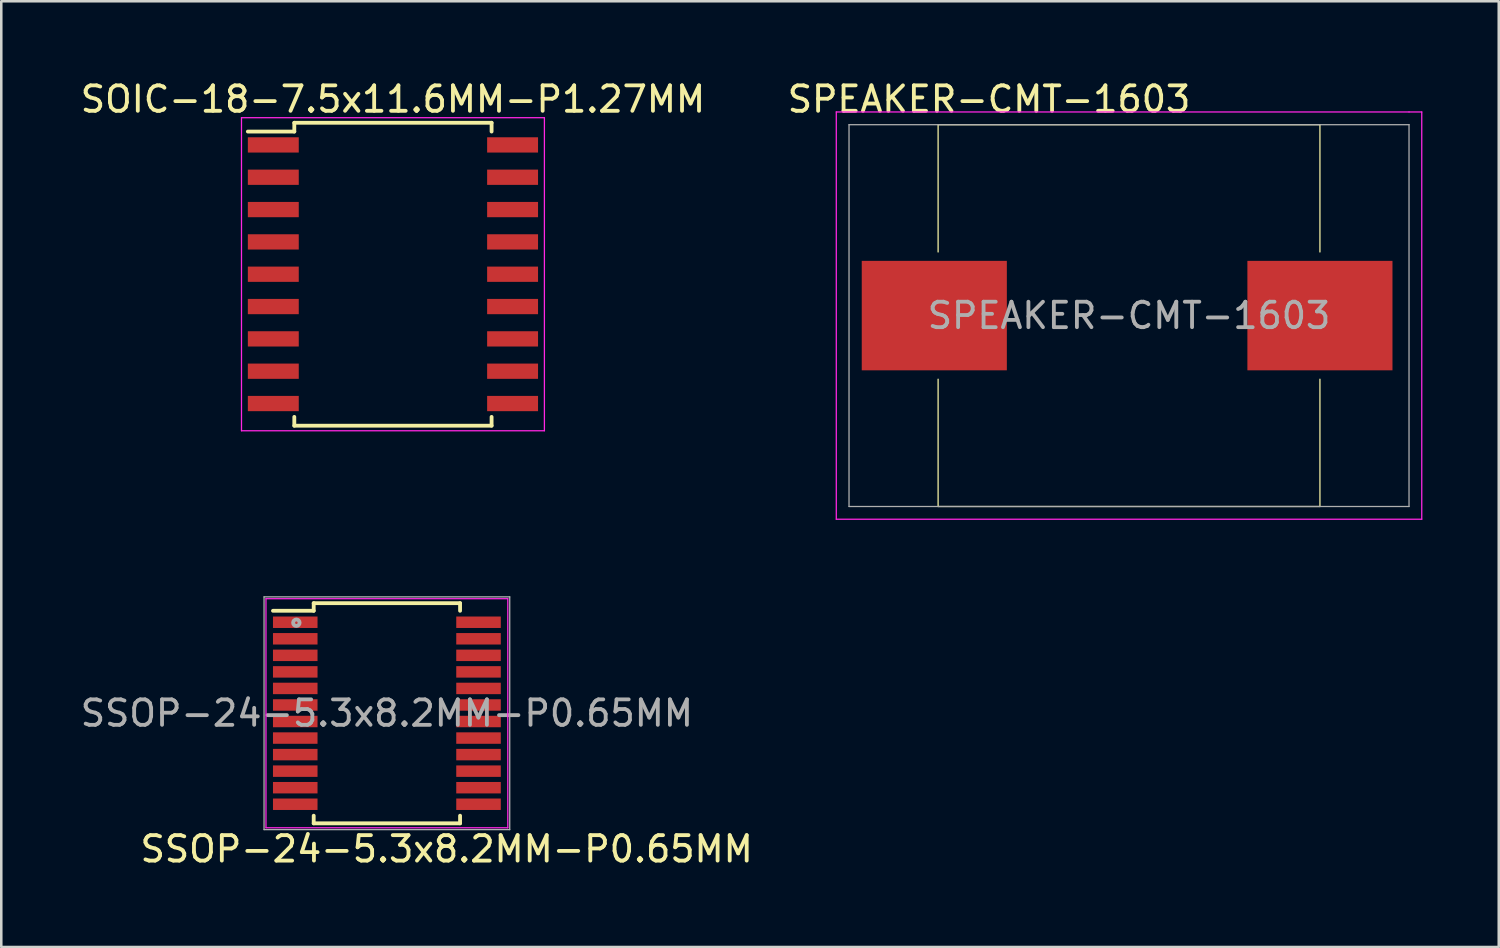
<source format=kicad_pcb>
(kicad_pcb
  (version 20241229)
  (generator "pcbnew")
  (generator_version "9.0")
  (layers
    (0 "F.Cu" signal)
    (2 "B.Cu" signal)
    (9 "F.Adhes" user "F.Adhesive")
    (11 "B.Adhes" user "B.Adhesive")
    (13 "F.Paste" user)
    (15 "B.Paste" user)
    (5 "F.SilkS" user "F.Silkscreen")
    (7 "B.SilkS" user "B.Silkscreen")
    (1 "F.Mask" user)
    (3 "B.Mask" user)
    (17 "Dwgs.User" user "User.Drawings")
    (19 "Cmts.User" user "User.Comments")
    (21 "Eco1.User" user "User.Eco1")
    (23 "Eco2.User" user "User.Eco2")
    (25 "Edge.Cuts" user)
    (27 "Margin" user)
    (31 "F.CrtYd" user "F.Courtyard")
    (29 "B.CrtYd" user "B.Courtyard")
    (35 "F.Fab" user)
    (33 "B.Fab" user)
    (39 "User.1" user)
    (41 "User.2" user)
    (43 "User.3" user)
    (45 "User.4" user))
  (footprint "SPEAKER-CMT-1603"
    (layer "F.Cu")
    (at 41.304 9.348)
    (property "Reference" "SPEAKER-CMT-1603" (at 0 0 0) (layer "F.Fab") (effects (font (size 1 1) (thickness 0.15))))
    (attr through_hole)
    (fp_line (start -7.5 -7.5) (end -7.5 -2.5) (stroke (width 0.05) (type solid)) (layer "F.SilkS"))
    (fp_line (start -7.5 2.5) (end -7.5 7.5) (stroke (width 0.05) (type solid)) (layer "F.SilkS"))
    (fp_line (start -7.5 7.5) (end 7.5 7.5) (stroke (width 0.05) (type solid)) (layer "F.SilkS"))
    (fp_line (start 7.5 -7.5) (end -7.5 -7.5) (stroke (width 0.05) (type solid)) (layer "F.SilkS"))
    (fp_line (start 7.5 -2.5) (end 7.5 -7.5) (stroke (width 0.05) (type solid)) (layer "F.SilkS"))
    (fp_line (start 7.5 7.5) (end 7.5 2.5) (stroke (width 0.05) (type solid)) (layer "F.SilkS"))
    (fp_line (start -11.5 -8) (end -11.5 8) (stroke (width 0.05) (type solid)) (layer "F.CrtYd"))
    (fp_line (start -11.5 8) (end 11.5 8) (stroke (width 0.05) (type solid)) (layer "F.CrtYd"))
    (fp_line (start 11 -8) (end -11.5 -8) (stroke (width 0.05) (type solid)) (layer "F.CrtYd"))
    (fp_line (start 11.5 -8) (end 11 -8) (stroke (width 0.05) (type solid)) (layer "F.CrtYd"))
    (fp_line (start 11.5 8) (end 11.5 -8) (stroke (width 0.05) (type solid)) (layer "F.CrtYd"))
    (fp_line (start -11 -7.5) (end -11 7.5) (stroke (width 0.05) (type solid)) (layer "F.Fab"))
    (fp_line (start -11 7.5) (end 11 7.5) (stroke (width 0.05) (type solid)) (layer "F.Fab"))
    (fp_line (start 11 -7.5) (end -11 -7.5) (stroke (width 0.05) (type solid)) (layer "F.Fab"))
    (fp_line (start 11 7.5) (end 11 -7.5) (stroke (width 0.05) (type solid)) (layer "F.Fab"))
    (fp_text user "${REFERENCE}" (at -5.5 -8.5 0) (layer "F.SilkS") (effects (font (size 1 1) (thickness 0.15))))
    (pad "1" smd rect (at -7.65 0) (size 5.7 4.3) (layers "F.Cu" "F.Mask" "F.Paste"))
    (pad "2" smd rect (at 7.5 0) (size 5.7 4.3) (layers "F.Cu" "F.Mask" "F.Paste")))
  (footprint "SOIC-18-7.5x11.6MM-P1.27MM"
    (layer "F.Cu")
    (at 12.387 7.723)
    (property "Reference" "SOIC-18-7.5x11.6MM-P1.27MM" (at 0 -6.875 0) (layer "F.SilkS") (effects (font (size 1 1) (thickness 0.15))))
    (attr smd)
    (fp_line (start -3.875 -5.95) (end -3.875 -5.605) (stroke (width 0.15) (type solid)) (layer "F.SilkS"))
    (fp_line (start -3.875 -5.95) (end 3.875 -5.95) (stroke (width 0.15) (type solid)) (layer "F.SilkS"))
    (fp_line (start -3.875 -5.605) (end -5.7 -5.605) (stroke (width 0.15) (type solid)) (layer "F.SilkS"))
    (fp_line (start -3.875 5.95) (end -3.875 5.605) (stroke (width 0.15) (type solid)) (layer "F.SilkS"))
    (fp_line (start -3.875 5.95) (end 3.875 5.95) (stroke (width 0.15) (type solid)) (layer "F.SilkS"))
    (fp_line (start 3.875 -5.95) (end 3.875 -5.605) (stroke (width 0.15) (type solid)) (layer "F.SilkS"))
    (fp_line (start 3.875 5.95) (end 3.875 5.605) (stroke (width 0.15) (type solid)) (layer "F.SilkS"))
    (fp_line (start -5.95 -6.15) (end -5.95 6.15) (stroke (width 0.05) (type solid)) (layer "F.CrtYd"))
    (fp_line (start -5.95 -6.15) (end 5.95 -6.15) (stroke (width 0.05) (type solid)) (layer "F.CrtYd"))
    (fp_line (start -5.95 6.15) (end 5.95 6.15) (stroke (width 0.05) (type solid)) (layer "F.CrtYd"))
    (fp_line (start 5.95 -6.15) (end 5.95 6.15) (stroke (width 0.05) (type solid)) (layer "F.CrtYd"))
    (pad "1" smd rect (at -4.7 -5.08) (size 2 0.6) (layers "F.Cu" "F.Mask" "F.Paste"))
    (pad "2" smd rect (at -4.7 -3.81) (size 2 0.6) (layers "F.Cu" "F.Mask" "F.Paste"))
    (pad "3" smd rect (at -4.7 -2.54) (size 2 0.6) (layers "F.Cu" "F.Mask" "F.Paste"))
    (pad "4" smd rect (at -4.7 -1.27) (size 2 0.6) (layers "F.Cu" "F.Mask" "F.Paste"))
    (pad "5" smd rect (at -4.7 0) (size 2 0.6) (layers "F.Cu" "F.Mask" "F.Paste"))
    (pad "6" smd rect (at -4.7 1.27) (size 2 0.6) (layers "F.Cu" "F.Mask" "F.Paste"))
    (pad "7" smd rect (at -4.7 2.54) (size 2 0.6) (layers "F.Cu" "F.Mask" "F.Paste"))
    (pad "8" smd rect (at -4.7 3.81) (size 2 0.6) (layers "F.Cu" "F.Mask" "F.Paste"))
    (pad "9" smd rect (at -4.7 5.08) (size 2 0.6) (layers "F.Cu" "F.Mask" "F.Paste"))
    (pad "10" smd rect (at 4.7 5.08) (size 2 0.6) (layers "F.Cu" "F.Mask" "F.Paste"))
    (pad "11" smd rect (at 4.7 3.81) (size 2 0.6) (layers "F.Cu" "F.Mask" "F.Paste"))
    (pad "12" smd rect (at 4.7 2.54) (size 2 0.6) (layers "F.Cu" "F.Mask" "F.Paste"))
    (pad "13" smd rect (at 4.7 1.27) (size 2 0.6) (layers "F.Cu" "F.Mask" "F.Paste"))
    (pad "14" smd rect (at 4.7 0) (size 2 0.6) (layers "F.Cu" "F.Mask" "F.Paste"))
    (pad "15" smd rect (at 4.7 -1.27) (size 2 0.6) (layers "F.Cu" "F.Mask" "F.Paste"))
    (pad "16" smd rect (at 4.7 -2.54) (size 2 0.6) (layers "F.Cu" "F.Mask" "F.Paste"))
    (pad "17" smd rect (at 4.7 -3.81) (size 2 0.6) (layers "F.Cu" "F.Mask" "F.Paste"))
    (pad "18" smd rect (at 4.7 -5.08) (size 2 0.6) (layers "F.Cu" "F.Mask" "F.Paste")))
  (footprint "SSOP-24-5.3x8.2MM-P0.65MM"
    (layer "F.Cu")
    (at 12.149 24.97)
    (property "Reference" "SSOP-24-5.3x8.2MM-P0.65MM" (at 0 0 0) (layer "F.Fab") (effects (font (size 1 1) (thickness 0.15))))
    (attr smd)
    (fp_line (start -2.875 -4.325) (end -2.875 -4.025) (stroke (width 0.15) (type solid)) (layer "F.SilkS"))
    (fp_line (start -2.875 -4.325) (end 2.875 -4.325) (stroke (width 0.15) (type solid)) (layer "F.SilkS"))
    (fp_line (start -2.875 -4.025) (end -4.475 -4.025) (stroke (width 0.15) (type solid)) (layer "F.SilkS"))
    (fp_line (start -2.875 4.325) (end -2.875 4.025) (stroke (width 0.15) (type solid)) (layer "F.SilkS"))
    (fp_line (start -2.875 4.325) (end 2.875 4.325) (stroke (width 0.15) (type solid)) (layer "F.SilkS"))
    (fp_line (start 2.875 -4.325) (end 2.875 -4.025) (stroke (width 0.15) (type solid)) (layer "F.SilkS"))
    (fp_line (start 2.875 4.325) (end 2.875 4.025) (stroke (width 0.15) (type solid)) (layer "F.SilkS"))
    (fp_line (start -4.75 -4.5) (end -4.75 4.5) (stroke (width 0.05) (type solid)) (layer "F.CrtYd"))
    (fp_line (start -4.75 -4.5) (end 4.75 -4.5) (stroke (width 0.05) (type solid)) (layer "F.CrtYd"))
    (fp_line (start -4.75 4.5) (end 4.75 4.5) (stroke (width 0.05) (type solid)) (layer "F.CrtYd"))
    (fp_line (start 4.75 -4.5) (end 4.75 4.5) (stroke (width 0.05) (type solid)) (layer "F.CrtYd"))
    (fp_line (start -4.826 -4.572) (end -4.826 4.572) (stroke (width 0.05) (type solid)) (layer "F.Fab"))
    (fp_line (start -4.826 4.572) (end 4.826 4.572) (stroke (width 0.05) (type solid)) (layer "F.Fab"))
    (fp_line (start 4.826 -4.572) (end -4.826 -4.572) (stroke (width 0.05) (type solid)) (layer "F.Fab"))
    (fp_line (start 4.826 4.572) (end 4.826 -4.572) (stroke (width 0.05) (type solid)) (layer "F.Fab"))
    (fp_circle (center -3.556 -3.556) (end -3.556 -3.429) (stroke (width 0.152) (type solid)) (fill no) (layer "F.Fab"))
    (fp_text user "${REFERENCE}" (at 2.349 5.334 180) (layer "F.SilkS") (effects (font (size 1 1) (thickness 0.15))))
    (pad "1" smd rect (at -3.6 -3.575) (size 1.75 0.45) (layers "F.Cu" "F.Mask" "F.Paste"))
    (pad "2" smd rect (at -3.6 -2.925) (size 1.75 0.45) (layers "F.Cu" "F.Mask" "F.Paste"))
    (pad "3" smd rect (at -3.6 -2.275) (size 1.75 0.45) (layers "F.Cu" "F.Mask" "F.Paste"))
    (pad "4" smd rect (at -3.6 -1.625) (size 1.75 0.45) (layers "F.Cu" "F.Mask" "F.Paste"))
    (pad "5" smd rect (at -3.6 -0.975) (size 1.75 0.45) (layers "F.Cu" "F.Mask" "F.Paste"))
    (pad "6" smd rect (at -3.6 -0.325) (size 1.75 0.45) (layers "F.Cu" "F.Mask" "F.Paste"))
    (pad "7" smd rect (at -3.6 0.325) (size 1.75 0.45) (layers "F.Cu" "F.Mask" "F.Paste"))
    (pad "8" smd rect (at -3.6 0.975) (size 1.75 0.45) (layers "F.Cu" "F.Mask" "F.Paste"))
    (pad "9" smd rect (at -3.6 1.625) (size 1.75 0.45) (layers "F.Cu" "F.Mask" "F.Paste"))
    (pad "10" smd rect (at -3.6 2.275) (size 1.75 0.45) (layers "F.Cu" "F.Mask" "F.Paste"))
    (pad "11" smd rect (at -3.6 2.925) (size 1.75 0.45) (layers "F.Cu" "F.Mask" "F.Paste"))
    (pad "12" smd rect (at -3.6 3.575) (size 1.75 0.45) (layers "F.Cu" "F.Mask" "F.Paste"))
    (pad "13" smd rect (at 3.6 3.575) (size 1.75 0.45) (layers "F.Cu" "F.Mask" "F.Paste"))
    (pad "14" smd rect (at 3.6 2.925) (size 1.75 0.45) (layers "F.Cu" "F.Mask" "F.Paste"))
    (pad "15" smd rect (at 3.6 2.275) (size 1.75 0.45) (layers "F.Cu" "F.Mask" "F.Paste"))
    (pad "16" smd rect (at 3.6 1.625) (size 1.75 0.45) (layers "F.Cu" "F.Mask" "F.Paste"))
    (pad "17" smd rect (at 3.6 0.975) (size 1.75 0.45) (layers "F.Cu" "F.Mask" "F.Paste"))
    (pad "18" smd rect (at 3.6 0.325) (size 1.75 0.45) (layers "F.Cu" "F.Mask" "F.Paste"))
    (pad "19" smd rect (at 3.6 -0.325) (size 1.75 0.45) (layers "F.Cu" "F.Mask" "F.Paste"))
    (pad "20" smd rect (at 3.6 -0.975) (size 1.75 0.45) (layers "F.Cu" "F.Mask" "F.Paste"))
    (pad "21" smd rect (at 3.6 -1.625) (size 1.75 0.45) (layers "F.Cu" "F.Mask" "F.Paste"))
    (pad "22" smd rect (at 3.6 -2.275) (size 1.75 0.45) (layers "F.Cu" "F.Mask" "F.Paste"))
    (pad "23" smd rect (at 3.6 -2.925) (size 1.75 0.45) (layers "F.Cu" "F.Mask" "F.Paste"))
    (pad "24" smd rect (at 3.6 -3.575) (size 1.75 0.45) (layers "F.Cu" "F.Mask" "F.Paste")))
  (gr_rect
    (start -3 -3)
    (end 55.829 34.153)
    (stroke (width 0.1) (type default))
    (fill no)
    (layer "Edge.Cuts")))
</source>
